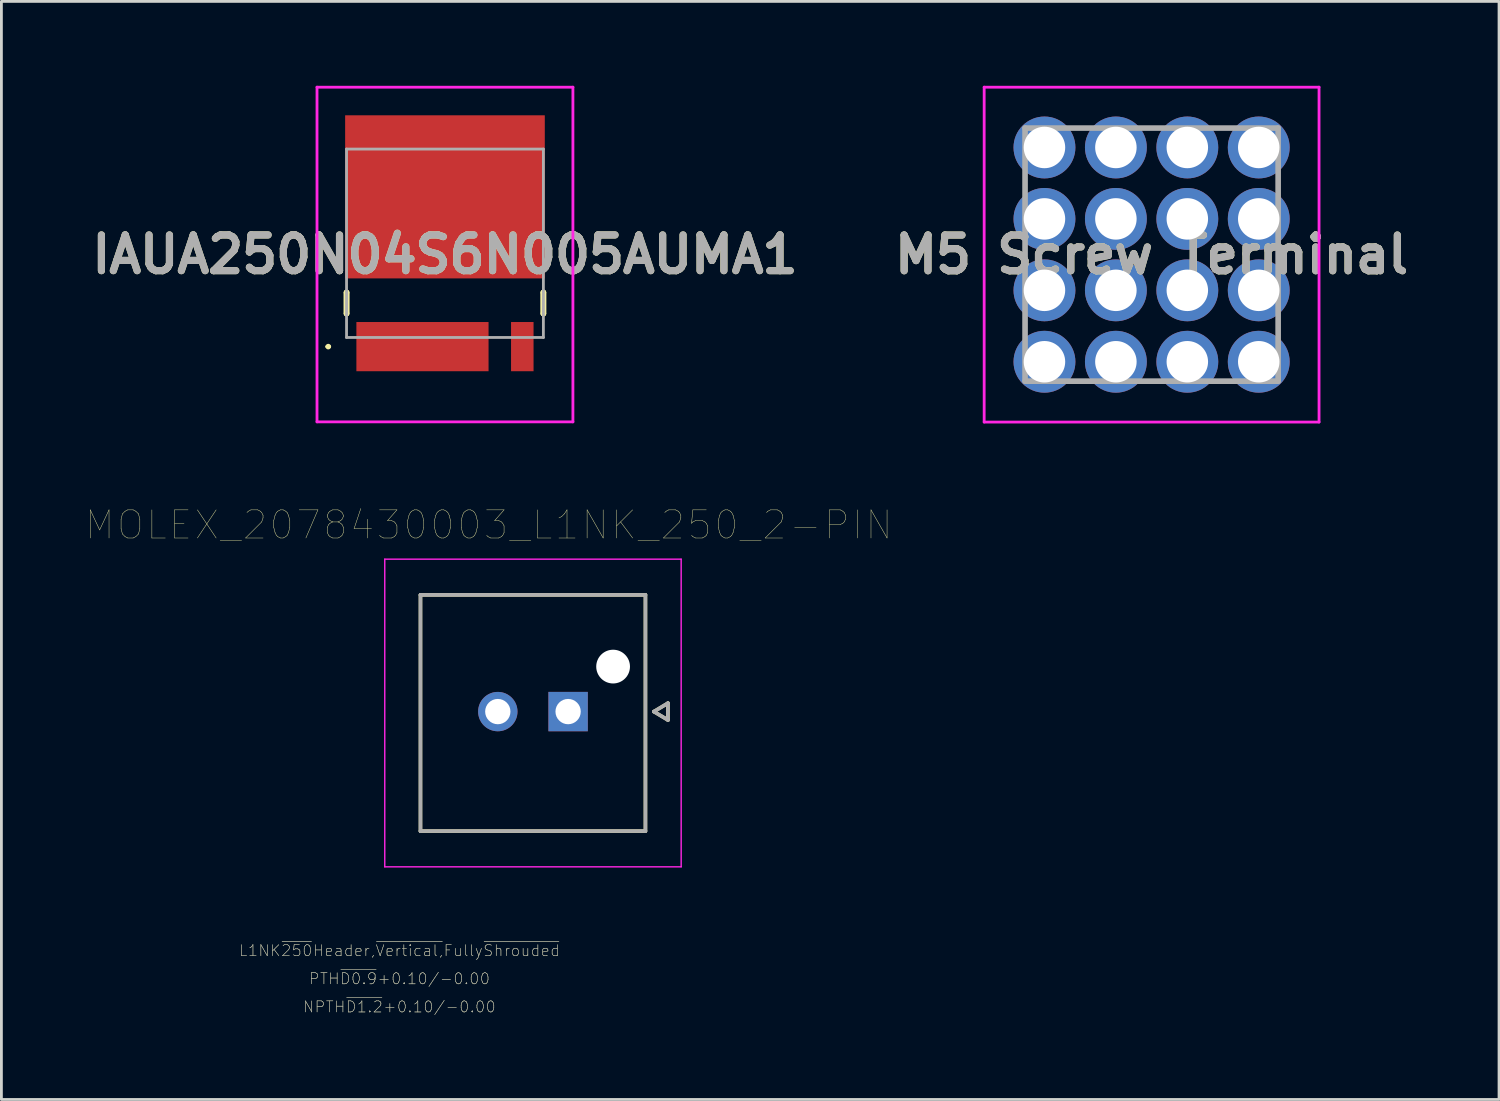
<source format=kicad_pcb>
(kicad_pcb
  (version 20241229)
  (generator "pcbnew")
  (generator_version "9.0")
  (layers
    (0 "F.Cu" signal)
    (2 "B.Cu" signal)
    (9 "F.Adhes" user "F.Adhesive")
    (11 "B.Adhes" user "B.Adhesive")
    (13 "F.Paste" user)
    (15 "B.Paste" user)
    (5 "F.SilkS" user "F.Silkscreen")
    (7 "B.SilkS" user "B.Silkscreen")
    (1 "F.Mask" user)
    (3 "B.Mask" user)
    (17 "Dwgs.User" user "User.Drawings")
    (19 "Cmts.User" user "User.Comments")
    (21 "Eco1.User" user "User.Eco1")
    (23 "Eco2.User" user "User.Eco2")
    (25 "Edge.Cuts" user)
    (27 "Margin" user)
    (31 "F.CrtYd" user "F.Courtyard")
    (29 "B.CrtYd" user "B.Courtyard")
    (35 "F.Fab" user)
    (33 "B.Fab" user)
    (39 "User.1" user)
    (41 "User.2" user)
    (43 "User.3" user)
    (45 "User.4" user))
  (footprint "MOLEX_2078430003_L1NK_250_2-PIN"
    (layer "F.Cu")
    (at 17.152 22.254)
    (property "Reference" "MOLEX_2078430003_L1NK_250_2-PIN" (at -2.825 -6.635 0) (layer "F.SilkS") (effects (font (size 1 1) (thickness 0.015))))
    (attr through_hole)
    (fp_circle (center -2.5 0) (end -2.112 0) (stroke (width 0.776) (type solid)) (fill no) (layer "F.Mask"))
    (fp_circle (center 1.6 -1.6) (end 1.938 -1.6) (stroke (width 0.676) (type solid)) (fill no) (layer "F.Mask"))
    (fp_poly (pts (xy -0.776 -0.776) (xy 0.776 -0.776) (xy 0.776 0.776) (xy -0.776 0.776)) (stroke (width 0.01) (type solid)) (fill yes) (layer "F.Mask"))
    (fp_circle (center -2.5 0) (end -2.112 0) (stroke (width 0.776) (type solid)) (fill no) (layer "B.Mask"))
    (fp_circle (center 1.6 -1.6) (end 1.938 -1.6) (stroke (width 0.676) (type solid)) (fill no) (layer "B.Mask"))
    (fp_poly (pts (xy -0.776 -0.776) (xy 0.776 -0.776) (xy 0.776 0.776) (xy -0.776 0.776)) (stroke (width 0.01) (type solid)) (fill yes) (layer "B.Mask"))
    (fp_line (start -5.25 -4.15) (end 2.75 -4.15) (stroke (width 0.127) (type solid)) (layer "F.SilkS"))
    (fp_line (start -5.25 4.25) (end -5.25 -4.15) (stroke (width 0.127) (type solid)) (layer "F.SilkS"))
    (fp_line (start 2.75 -4.15) (end 2.75 4.25) (stroke (width 0.127) (type solid)) (layer "F.SilkS"))
    (fp_line (start 2.75 4.25) (end -5.25 4.25) (stroke (width 0.127) (type solid)) (layer "F.SilkS"))
    (fp_line (start 3.05 0) (end 3.55 -0.3) (stroke (width 0.127) (type solid)) (layer "F.SilkS"))
    (fp_line (start 3.55 -0.3) (end 3.55 0.3) (stroke (width 0.127) (type solid)) (layer "F.SilkS"))
    (fp_line (start 3.55 0.3) (end 3.05 0) (stroke (width 0.127) (type solid)) (layer "F.SilkS"))
    (fp_line (start -6.52 -5.42) (end 4.02 -5.42) (stroke (width 0.05) (type solid)) (layer "F.CrtYd"))
    (fp_line (start -6.52 5.52) (end -6.52 -5.42) (stroke (width 0.05) (type solid)) (layer "F.CrtYd"))
    (fp_line (start 4.02 -5.42) (end 4.02 5.52) (stroke (width 0.05) (type solid)) (layer "F.CrtYd"))
    (fp_line (start 4.02 5.52) (end -6.52 5.52) (stroke (width 0.05) (type solid)) (layer "F.CrtYd"))
    (fp_line (start -5.25 -4.15) (end 2.75 -4.15) (stroke (width 0.127) (type solid)) (layer "F.Fab"))
    (fp_line (start -5.25 4.25) (end -5.25 -4.15) (stroke (width 0.127) (type solid)) (layer "F.Fab"))
    (fp_line (start 2.75 -4.15) (end 2.75 4.25) (stroke (width 0.127) (type solid)) (layer "F.Fab"))
    (fp_line (start 2.75 4.25) (end -5.25 4.25) (stroke (width 0.127) (type solid)) (layer "F.Fab"))
    (fp_line (start 3.05 0) (end 3.55 -0.3) (stroke (width 0.127) (type solid)) (layer "F.Fab"))
    (fp_line (start 3.55 -0.3) (end 3.55 0.3) (stroke (width 0.127) (type solid)) (layer "F.Fab"))
    (fp_line (start 3.55 0.3) (end 3.05 0) (stroke (width 0.127) (type solid)) (layer "F.Fab"))
    (fp_text user "L1NK~{250}Header,~{Vertical,}Fully~{Shrouded}" (at -6 8.5 0) (layer "F.SilkS") (effects (font (size 0.394 0.394) (thickness 0.015))))
    (fp_text user "PTH~{D0.9}+0.10/-0.00" (at -6 9.5 0) (layer "F.SilkS") (effects (font (size 0.394 0.394) (thickness 0.015))))
    (fp_text user "NPTH~{D1.2}+0.10/-0.00" (at -6 10.5 0) (layer "F.SilkS") (effects (font (size 0.394 0.394) (thickness 0.015))))
    (fp_text user "L1NK~{250}Header,~{Vertical,}Fully~{Shrouded}" (at -6 8.5 0) (layer "F.Fab") (effects (font (size 0.394 0.394) (thickness 0.015))))
    (fp_text user "NPTH~{D1.2}+0.10/-0.00" (at -6 10.5 0) (layer "F.Fab") (effects (font (size 0.394 0.394) (thickness 0.015))))
    (fp_text user "PTH~{D0.9}+0.10/-0.00" (at -6 9.5 0) (layer "F.Fab") (effects (font (size 0.394 0.394) (thickness 0.015))))
    (pad "" np_thru_hole circle (at 1.6 -1.6) (size 1.2 1.2) (drill 1.2) (layers "*.Cu" "*.Mask"))
    (pad "1" thru_hole rect (at 0 0) (size 1.4 1.4) (drill 0.9) (layers "*.Cu"))
    (pad "2" thru_hole circle (at -2.5 0) (size 1.4 1.4) (drill 0.9) (layers "*.Cu")))
  (footprint "IAUA250N04S6N005AUMA1"
    (layer "F.Cu")
    (at 12.773 5.601)
    (property "Reference" "IAUA250N04S6N005AUMA1" (at 0 0.399 0) (layer "F.SilkS") (effects (font (size 1.27 1.27) (thickness 0.254))))
    (attr smd)
    (fp_line (start -4.2 3.675) (end -4.2 3.675) (stroke (width 0.1) (type solid)) (layer "F.SilkS"))
    (fp_line (start -4.1 3.675) (end -4.1 3.675) (stroke (width 0.1) (type solid)) (layer "F.SilkS"))
    (fp_line (start -3.5 1.75) (end -3.5 1.75) (stroke (width 0.2) (type solid)) (layer "F.SilkS"))
    (fp_line (start -3.5 1.75) (end -3.5 2.5) (stroke (width 0.2) (type solid)) (layer "F.SilkS"))
    (fp_line (start -3.5 2.5) (end -3.5 1.75) (stroke (width 0.2) (type solid)) (layer "F.SilkS"))
    (fp_line (start -3.5 2.5) (end -3.5 2.5) (stroke (width 0.2) (type solid)) (layer "F.SilkS"))
    (fp_line (start 3.5 1.75) (end 3.5 1.75) (stroke (width 0.2) (type solid)) (layer "F.SilkS"))
    (fp_line (start 3.5 1.75) (end 3.5 2.5) (stroke (width 0.2) (type solid)) (layer "F.SilkS"))
    (fp_line (start 3.5 2.5) (end 3.5 1.75) (stroke (width 0.2) (type solid)) (layer "F.SilkS"))
    (fp_line (start 3.5 2.5) (end 3.5 2.5) (stroke (width 0.2) (type solid)) (layer "F.SilkS"))
    (fp_arc (start -4.2 3.675) (mid -4.15 3.625) (end -4.1 3.675) (stroke (width 0.1) (type solid)) (layer "F.SilkS"))
    (fp_arc (start -4.1 3.675) (mid -4.15 3.725) (end -4.2 3.675) (stroke (width 0.1) (type solid)) (layer "F.SilkS"))
    (fp_line (start -4.55 -5.551) (end 4.55 -5.551) (stroke (width 0.1) (type solid)) (layer "F.CrtYd"))
    (fp_line (start -4.55 6.35) (end -4.55 -5.551) (stroke (width 0.1) (type solid)) (layer "F.CrtYd"))
    (fp_line (start 4.55 -5.551) (end 4.55 6.35) (stroke (width 0.1) (type solid)) (layer "F.CrtYd"))
    (fp_line (start 4.55 6.35) (end -4.55 6.35) (stroke (width 0.1) (type solid)) (layer "F.CrtYd"))
    (fp_line (start -3.5 -3.35) (end -3.5 3.35) (stroke (width 0.1) (type solid)) (layer "F.Fab"))
    (fp_line (start -3.5 3.35) (end 3.5 3.35) (stroke (width 0.1) (type solid)) (layer "F.Fab"))
    (fp_line (start 3.5 -3.35) (end -3.5 -3.35) (stroke (width 0.1) (type solid)) (layer "F.Fab"))
    (fp_line (start 3.5 3.35) (end 3.5 -3.35) (stroke (width 0.1) (type solid)) (layer "F.Fab"))
    (fp_text user "${REFERENCE}" (at 0 0.399 0) (layer "F.Fab") (effects (font (size 1.27 1.27) (thickness 0.254))))
    (pad "1" smd rect (at -0.8 3.675 90) (size 1.75 4.7) (layers "F.Cu" "F.Mask" "F.Paste"))
    (pad "5" smd rect (at 2.75 3.675) (size 0.8 1.75) (layers "F.Cu" "F.Mask" "F.Paste"))
    (pad "6" smd rect (at 0 -1.651 90) (size 5.8 7.1) (layers "F.Cu" "F.Mask" "F.Paste")))
  (footprint "M5 Screw Terminal"
    (layer "F.Cu")
    (at 34.091 9.814)
    (property "Reference" "M5 Screw Terminal" (at 3.81 -3.81 0) (layer "F.SilkS") (effects (font (size 1.27 1.27) (thickness 0.254))))
    (attr through_hole)
    (fp_line (start -0.69 -4.01) (end -0.69 -3.61) (stroke (width 0.1) (type solid)) (layer "F.SilkS"))
    (fp_line (start 3.61 -8.31) (end 4.01 -8.31) (stroke (width 0.1) (type solid)) (layer "F.SilkS"))
    (fp_line (start 3.61 0.69) (end 4.01 0.69) (stroke (width 0.1) (type solid)) (layer "F.SilkS"))
    (fp_line (start 8.31 -4.01) (end 8.31 -3.61) (stroke (width 0.1) (type solid)) (layer "F.SilkS"))
    (fp_line (start -2.144 -9.764) (end 9.764 -9.764) (stroke (width 0.1) (type solid)) (layer "F.CrtYd"))
    (fp_line (start -2.144 2.144) (end -2.144 -9.764) (stroke (width 0.1) (type solid)) (layer "F.CrtYd"))
    (fp_line (start 9.764 -9.764) (end 9.764 2.144) (stroke (width 0.1) (type solid)) (layer "F.CrtYd"))
    (fp_line (start 9.764 2.144) (end -2.144 2.144) (stroke (width 0.1) (type solid)) (layer "F.CrtYd"))
    (fp_line (start -0.69 -8.31) (end 8.31 -8.31) (stroke (width 0.2) (type solid)) (layer "F.Fab"))
    (fp_line (start -0.69 0.69) (end -0.69 -8.31) (stroke (width 0.2) (type solid)) (layer "F.Fab"))
    (fp_line (start 8.31 -8.31) (end 8.31 0.69) (stroke (width 0.2) (type solid)) (layer "F.Fab"))
    (fp_line (start 8.31 0.69) (end -0.69 0.69) (stroke (width 0.2) (type solid)) (layer "F.Fab"))
    (fp_text user "${REFERENCE}" (at 3.81 -3.81 0) (layer "F.Fab") (effects (font (size 1.27 1.27) (thickness 0.254))))
    (pad "1" thru_hole circle (at 0 0) (size 2.2 2.2) (drill 1.475) (layers "*.Cu" "*.Mask"))
    (pad "2" thru_hole circle (at 2.54 0) (size 2.2 2.2) (drill 1.475) (layers "*.Cu" "*.Mask"))
    (pad "3" thru_hole circle (at 5.08 0) (size 2.2 2.2) (drill 1.475) (layers "*.Cu" "*.Mask"))
    (pad "4" thru_hole circle (at 7.62 0) (size 2.2 2.2) (drill 1.475) (layers "*.Cu" "*.Mask"))
    (pad "5" thru_hole circle (at 0 -2.54) (size 2.2 2.2) (drill 1.475) (layers "*.Cu" "*.Mask"))
    (pad "6" thru_hole circle (at 2.54 -2.54) (size 2.2 2.2) (drill 1.475) (layers "*.Cu" "*.Mask"))
    (pad "7" thru_hole circle (at 5.08 -2.54) (size 2.2 2.2) (drill 1.475) (layers "*.Cu" "*.Mask"))
    (pad "8" thru_hole circle (at 7.62 -2.54) (size 2.2 2.2) (drill 1.475) (layers "*.Cu" "*.Mask"))
    (pad "9" thru_hole circle (at 0 -5.08) (size 2.2 2.2) (drill 1.475) (layers "*.Cu" "*.Mask"))
    (pad "10" thru_hole circle (at 2.54 -5.08) (size 2.2 2.2) (drill 1.475) (layers "*.Cu" "*.Mask"))
    (pad "11" thru_hole circle (at 5.08 -5.08) (size 2.2 2.2) (drill 1.475) (layers "*.Cu" "*.Mask"))
    (pad "12" thru_hole circle (at 7.62 -5.08) (size 2.2 2.2) (drill 1.475) (layers "*.Cu" "*.Mask"))
    (pad "13" thru_hole circle (at 0 -7.62) (size 2.2 2.2) (drill 1.475) (layers "*.Cu" "*.Mask"))
    (pad "14" thru_hole circle (at 2.54 -7.62) (size 2.2 2.2) (drill 1.475) (layers "*.Cu" "*.Mask"))
    (pad "15" thru_hole circle (at 5.08 -7.62) (size 2.2 2.2) (drill 1.475) (layers "*.Cu" "*.Mask"))
    (pad "16" thru_hole circle (at 7.62 -7.62) (size 2.2 2.2) (drill 1.475) (layers "*.Cu" "*.Mask")))
  (gr_rect
    (start -3 -3)
    (end 50.256 36.048)
    (stroke (width 0.1) (type default))
    (fill no)
    (layer "Edge.Cuts")))
</source>
